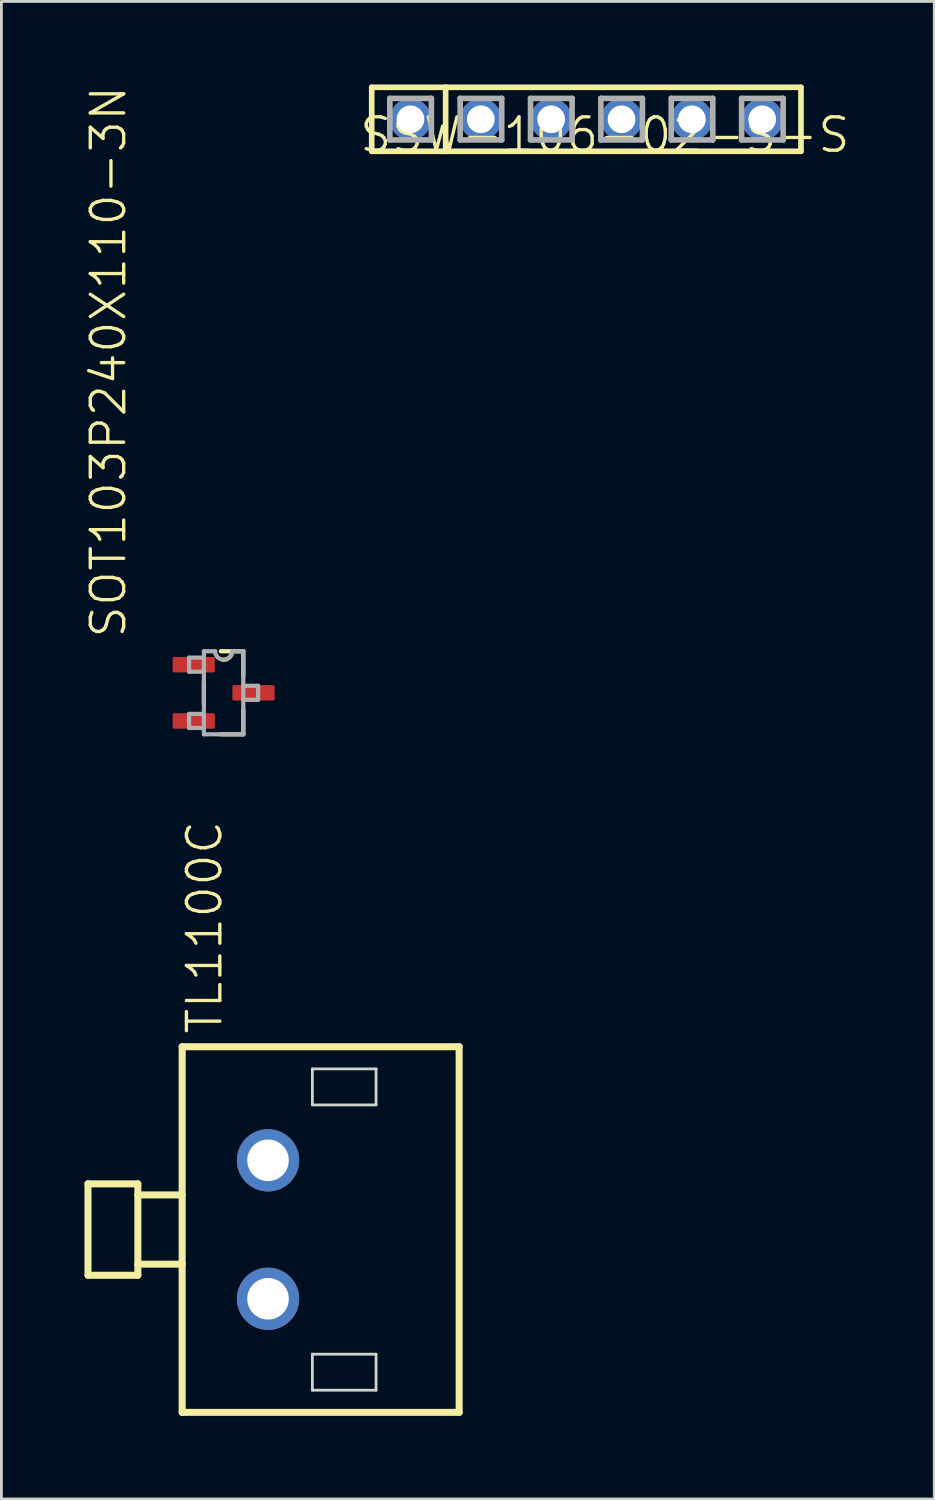
<source format=kicad_pcb>
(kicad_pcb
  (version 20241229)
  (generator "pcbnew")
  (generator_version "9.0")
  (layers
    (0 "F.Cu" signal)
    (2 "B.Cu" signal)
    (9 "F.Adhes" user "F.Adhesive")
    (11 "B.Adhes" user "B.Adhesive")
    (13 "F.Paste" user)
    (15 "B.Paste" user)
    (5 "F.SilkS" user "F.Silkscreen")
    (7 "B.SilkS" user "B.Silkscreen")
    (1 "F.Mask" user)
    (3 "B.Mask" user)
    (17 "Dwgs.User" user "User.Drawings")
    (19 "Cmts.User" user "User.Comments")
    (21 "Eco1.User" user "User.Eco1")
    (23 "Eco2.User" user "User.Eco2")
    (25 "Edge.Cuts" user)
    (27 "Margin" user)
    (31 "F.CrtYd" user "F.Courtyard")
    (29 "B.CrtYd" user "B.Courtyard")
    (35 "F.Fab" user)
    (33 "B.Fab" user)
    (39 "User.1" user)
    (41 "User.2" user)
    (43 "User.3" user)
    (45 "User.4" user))
  (footprint "SOT103P240X110-3N"
    (layer "F.Cu")
    (at 5.023 21.962)
    (property "Reference" "SOT103P240X110-3N" (at -3.454 -1.905 90) (layer "F.SilkS") (effects (font (size 1.206 1.206) (thickness 0.121)) (justify left bottom)))
    (attr through_hole)
    (fp_line (start -0.711 -0.406) (end -0.711 0.406) (stroke (width 0.152) (type solid)) (layer "F.SilkS"))
    (fp_line (start -0.102 1.499) (end 0.711 1.499) (stroke (width 0.152) (type solid)) (layer "F.SilkS"))
    (fp_line (start 0.305 -1.499) (end -0.102 -1.499) (stroke (width 0.152) (type solid)) (layer "F.SilkS"))
    (fp_line (start 0.711 -1.499) (end 0.305 -1.499) (stroke (width 0.152) (type solid)) (layer "F.SilkS"))
    (fp_line (start 0.711 -0.61) (end 0.711 -1.499) (stroke (width 0.152) (type solid)) (layer "F.SilkS"))
    (fp_line (start 0.711 1.499) (end 0.711 0.61) (stroke (width 0.152) (type solid)) (layer "F.SilkS"))
    (fp_arc (start 0.3048 -1.4986) (mid 0.206758 -1.273554) (end -0.0254 -1.1938) (stroke (width 0.1524) (type solid)) (layer "F.SilkS"))
    (fp_line (start -1.245 -1.27) (end -1.245 -0.762) (stroke (width 0.152) (type solid)) (layer "F.Fab"))
    (fp_line (start -1.245 -0.762) (end -0.711 -0.762) (stroke (width 0.152) (type solid)) (layer "F.Fab"))
    (fp_line (start -1.245 0.762) (end -1.245 1.27) (stroke (width 0.152) (type solid)) (layer "F.Fab"))
    (fp_line (start -1.245 1.27) (end -0.711 1.27) (stroke (width 0.152) (type solid)) (layer "F.Fab"))
    (fp_line (start -0.711 -1.499) (end -0.711 -1.27) (stroke (width 0.152) (type solid)) (layer "F.Fab"))
    (fp_line (start -0.711 -1.27) (end -1.245 -1.27) (stroke (width 0.152) (type solid)) (layer "F.Fab"))
    (fp_line (start -0.711 -1.27) (end -0.711 -0.762) (stroke (width 0.152) (type solid)) (layer "F.Fab"))
    (fp_line (start -0.711 -0.762) (end -0.711 0.762) (stroke (width 0.152) (type solid)) (layer "F.Fab"))
    (fp_line (start -0.711 0.762) (end -1.245 0.762) (stroke (width 0.152) (type solid)) (layer "F.Fab"))
    (fp_line (start -0.711 1.27) (end -0.711 0.762) (stroke (width 0.152) (type solid)) (layer "F.Fab"))
    (fp_line (start -0.711 1.499) (end -0.711 1.27) (stroke (width 0.152) (type solid)) (layer "F.Fab"))
    (fp_line (start -0.711 1.499) (end 0.711 1.499) (stroke (width 0.152) (type solid)) (layer "F.Fab"))
    (fp_line (start -0.305 -1.499) (end -0.711 -1.499) (stroke (width 0.152) (type solid)) (layer "F.Fab"))
    (fp_line (start 0.711 -1.499) (end 0.305 -1.499) (stroke (width 0.152) (type solid)) (layer "F.Fab"))
    (fp_line (start 0.711 -0.254) (end 0.711 -1.499) (stroke (width 0.152) (type solid)) (layer "F.Fab"))
    (fp_line (start 0.711 0.254) (end 0.711 -0.254) (stroke (width 0.152) (type solid)) (layer "F.Fab"))
    (fp_line (start 0.711 0.254) (end 1.245 0.254) (stroke (width 0.152) (type solid)) (layer "F.Fab"))
    (fp_line (start 0.711 1.499) (end 0.711 0.254) (stroke (width 0.152) (type solid)) (layer "F.Fab"))
    (fp_line (start 1.245 -0.254) (end 0.711 -0.254) (stroke (width 0.152) (type solid)) (layer "F.Fab"))
    (fp_line (start 1.245 0.254) (end 1.245 -0.254) (stroke (width 0.152) (type solid)) (layer "F.Fab"))
    (fp_arc (start 0.3048 -1.4986) (mid 0 -1.1938) (end -0.3048 -1.4986) (stroke (width 0.1524) (type solid)) (layer "F.Fab"))
    (pad "1" smd roundrect (at -1.079 -1.016) (size 1.524 0.559) (layers "F.Cu" "F.Mask" "F.Paste") (roundrect_rratio 0.091))
    (pad "2" smd roundrect (at -1.079 1.016) (size 1.524 0.559) (layers "F.Cu" "F.Mask" "F.Paste") (roundrect_rratio 0.091))
    (pad "3" smd roundrect (at 1.079 0) (size 1.524 0.559) (layers "F.Cu" "F.Mask" "F.Paste") (roundrect_rratio 0.091)))
  (footprint "SSW-106-02-S-S"
    (layer "F.Cu")
    (at 18.119 1.257)
    (property "Reference" "SSW-106-02-S-S" (at -8.255 1.27 0) (layer "F.SilkS") (effects (font (size 1.206 1.206) (thickness 0.121)) (justify left bottom)))
    (attr through_hole)
    (fp_line (start -7.749 -1.155) (end -5.08 -1.155) (stroke (width 0.203) (type solid)) (layer "F.SilkS"))
    (fp_line (start -7.749 1.155) (end -7.749 -1.155) (stroke (width 0.203) (type solid)) (layer "F.SilkS"))
    (fp_line (start -5.08 -1.155) (end 7.749 -1.155) (stroke (width 0.203) (type solid)) (layer "F.SilkS"))
    (fp_line (start -5.08 1.155) (end -7.749 1.155) (stroke (width 0.203) (type solid)) (layer "F.SilkS"))
    (fp_line (start -5.08 1.155) (end -5.08 -1.155) (stroke (width 0.203) (type solid)) (layer "F.SilkS"))
    (fp_line (start 7.749 -1.155) (end 7.749 1.155) (stroke (width 0.203) (type solid)) (layer "F.SilkS"))
    (fp_line (start 7.749 1.155) (end -5.08 1.155) (stroke (width 0.203) (type solid)) (layer "F.SilkS"))
    (fp_line (start -7.095 -0.755) (end -5.595 -0.755) (stroke (width 0.203) (type solid)) (layer "F.Fab"))
    (fp_line (start -7.095 0.745) (end -7.095 -0.755) (stroke (width 0.203) (type solid)) (layer "F.Fab"))
    (fp_line (start -5.595 -0.755) (end -5.595 0.745) (stroke (width 0.203) (type solid)) (layer "F.Fab"))
    (fp_line (start -5.595 0.745) (end -7.095 0.745) (stroke (width 0.203) (type solid)) (layer "F.Fab"))
    (fp_line (start -4.555 -0.755) (end -3.055 -0.755) (stroke (width 0.203) (type solid)) (layer "F.Fab"))
    (fp_line (start -4.555 0.745) (end -4.555 -0.755) (stroke (width 0.203) (type solid)) (layer "F.Fab"))
    (fp_line (start -3.055 -0.755) (end -3.055 0.745) (stroke (width 0.203) (type solid)) (layer "F.Fab"))
    (fp_line (start -3.055 0.745) (end -4.555 0.745) (stroke (width 0.203) (type solid)) (layer "F.Fab"))
    (fp_line (start -2.015 -0.755) (end -0.515 -0.755) (stroke (width 0.203) (type solid)) (layer "F.Fab"))
    (fp_line (start -2.015 0.745) (end -2.015 -0.755) (stroke (width 0.203) (type solid)) (layer "F.Fab"))
    (fp_line (start -0.515 -0.755) (end -0.515 0.745) (stroke (width 0.203) (type solid)) (layer "F.Fab"))
    (fp_line (start -0.515 0.745) (end -2.015 0.745) (stroke (width 0.203) (type solid)) (layer "F.Fab"))
    (fp_line (start 0.525 -0.755) (end 2.025 -0.755) (stroke (width 0.203) (type solid)) (layer "F.Fab"))
    (fp_line (start 0.525 0.745) (end 0.525 -0.755) (stroke (width 0.203) (type solid)) (layer "F.Fab"))
    (fp_line (start 2.025 -0.755) (end 2.025 0.745) (stroke (width 0.203) (type solid)) (layer "F.Fab"))
    (fp_line (start 2.025 0.745) (end 0.525 0.745) (stroke (width 0.203) (type solid)) (layer "F.Fab"))
    (fp_line (start 3.065 -0.755) (end 4.565 -0.755) (stroke (width 0.203) (type solid)) (layer "F.Fab"))
    (fp_line (start 3.065 0.745) (end 3.065 -0.755) (stroke (width 0.203) (type solid)) (layer "F.Fab"))
    (fp_line (start 4.565 -0.755) (end 4.565 0.745) (stroke (width 0.203) (type solid)) (layer "F.Fab"))
    (fp_line (start 4.565 0.745) (end 3.065 0.745) (stroke (width 0.203) (type solid)) (layer "F.Fab"))
    (fp_line (start 5.605 -0.755) (end 7.105 -0.755) (stroke (width 0.203) (type solid)) (layer "F.Fab"))
    (fp_line (start 5.605 0.745) (end 5.605 -0.755) (stroke (width 0.203) (type solid)) (layer "F.Fab"))
    (fp_line (start 7.105 -0.755) (end 7.105 0.745) (stroke (width 0.203) (type solid)) (layer "F.Fab"))
    (fp_line (start 7.105 0.745) (end 5.605 0.745) (stroke (width 0.203) (type solid)) (layer "F.Fab"))
    (pad "1" thru_hole circle (at -6.35 0) (size 1.5 1.5) (drill 1) (layers "*.Cu" "*.Mask"))
    (pad "2" thru_hole circle (at -3.81 0) (size 1.5 1.5) (drill 1) (layers "*.Cu" "*.Mask"))
    (pad "3" thru_hole circle (at -1.27 0) (size 1.5 1.5) (drill 1) (layers "*.Cu" "*.Mask"))
    (pad "4" thru_hole circle (at 1.27 0) (size 1.5 1.5) (drill 1) (layers "*.Cu" "*.Mask"))
    (pad "5" thru_hole circle (at 3.81 0) (size 1.5 1.5) (drill 1) (layers "*.Cu" "*.Mask"))
    (pad "6" thru_hole circle (at 6.35 0) (size 1.5 1.5) (drill 1) (layers "*.Cu" "*.Mask")))
  (footprint "TL1100C"
    (layer "F.Cu")
    (at 6.627 41.341)
    (property "Reference" "TL1100C" (at -1.587 -6.985 270) (layer "F.SilkS") (effects (font (size 1.206 1.206) (thickness 0.121)) (justify left bottom)))
    (attr through_hole)
    (fp_line (start -6.5 1.65) (end -6.5 -1.65) (stroke (width 0.254) (type solid)) (layer "F.SilkS"))
    (fp_line (start -4.7 -1.65) (end -6.5 -1.65) (stroke (width 0.254) (type solid)) (layer "F.SilkS"))
    (fp_line (start -4.7 -1.25) (end -4.7 -1.65) (stroke (width 0.254) (type solid)) (layer "F.SilkS"))
    (fp_line (start -4.7 1.25) (end -4.7 -1.25) (stroke (width 0.254) (type solid)) (layer "F.SilkS"))
    (fp_line (start -4.7 1.65) (end -6.5 1.65) (stroke (width 0.254) (type solid)) (layer "F.SilkS"))
    (fp_line (start -4.7 1.65) (end -4.7 1.25) (stroke (width 0.254) (type solid)) (layer "F.SilkS"))
    (fp_line (start -3.1 -6.6) (end 6.9 -6.6) (stroke (width 0.254) (type solid)) (layer "F.SilkS"))
    (fp_line (start -3.1 -1.25) (end -4.7 -1.25) (stroke (width 0.254) (type solid)) (layer "F.SilkS"))
    (fp_line (start -3.1 -1.25) (end -3.1 -6.6) (stroke (width 0.254) (type solid)) (layer "F.SilkS"))
    (fp_line (start -3.1 1.25) (end -4.7 1.25) (stroke (width 0.254) (type solid)) (layer "F.SilkS"))
    (fp_line (start -3.1 1.25) (end -3.1 -1.25) (stroke (width 0.254) (type solid)) (layer "F.SilkS"))
    (fp_line (start -3.1 6.6) (end -3.1 1.25) (stroke (width 0.254) (type solid)) (layer "F.SilkS"))
    (fp_line (start -3.1 6.6) (end 6.9 6.6) (stroke (width 0.254) (type solid)) (layer "F.SilkS"))
    (fp_line (start 6.9 6.6) (end 6.9 -6.6) (stroke (width 0.254) (type solid)) (layer "F.SilkS"))
    (fp_line (start 1.6 -5.8) (end 1.6 -4.5) (stroke (width 0.1) (type solid)) (layer "Edge.Cuts"))
    (fp_line (start 1.6 -4.5) (end 3.9 -4.5) (stroke (width 0.1) (type solid)) (layer "Edge.Cuts"))
    (fp_line (start 1.6 4.5) (end 1.6 5.8) (stroke (width 0.1) (type solid)) (layer "Edge.Cuts"))
    (fp_line (start 1.6 5.8) (end 3.9 5.8) (stroke (width 0.1) (type solid)) (layer "Edge.Cuts"))
    (fp_line (start 3.9 -5.8) (end 1.6 -5.8) (stroke (width 0.1) (type solid)) (layer "Edge.Cuts"))
    (fp_line (start 3.9 -4.5) (end 3.9 -5.8) (stroke (width 0.1) (type solid)) (layer "Edge.Cuts"))
    (fp_line (start 3.9 4.5) (end 1.6 4.5) (stroke (width 0.1) (type solid)) (layer "Edge.Cuts"))
    (fp_line (start 3.9 5.8) (end 3.9 4.5) (stroke (width 0.1) (type solid)) (layer "Edge.Cuts"))
    (pad "1" thru_hole circle (at 0 -2.5) (size 2.25 2.25) (drill 1.5) (layers "*.Cu" "*.Mask"))
    (pad "2" thru_hole circle (at 0 2.5) (size 2.25 2.25) (drill 1.5) (layers "*.Cu" "*.Mask")))
  (gr_rect
    (start -3 -3)
    (end 30.68 51.068)
    (stroke (width 0.1) (type default))
    (fill no)
    (layer "Edge.Cuts")))
</source>
